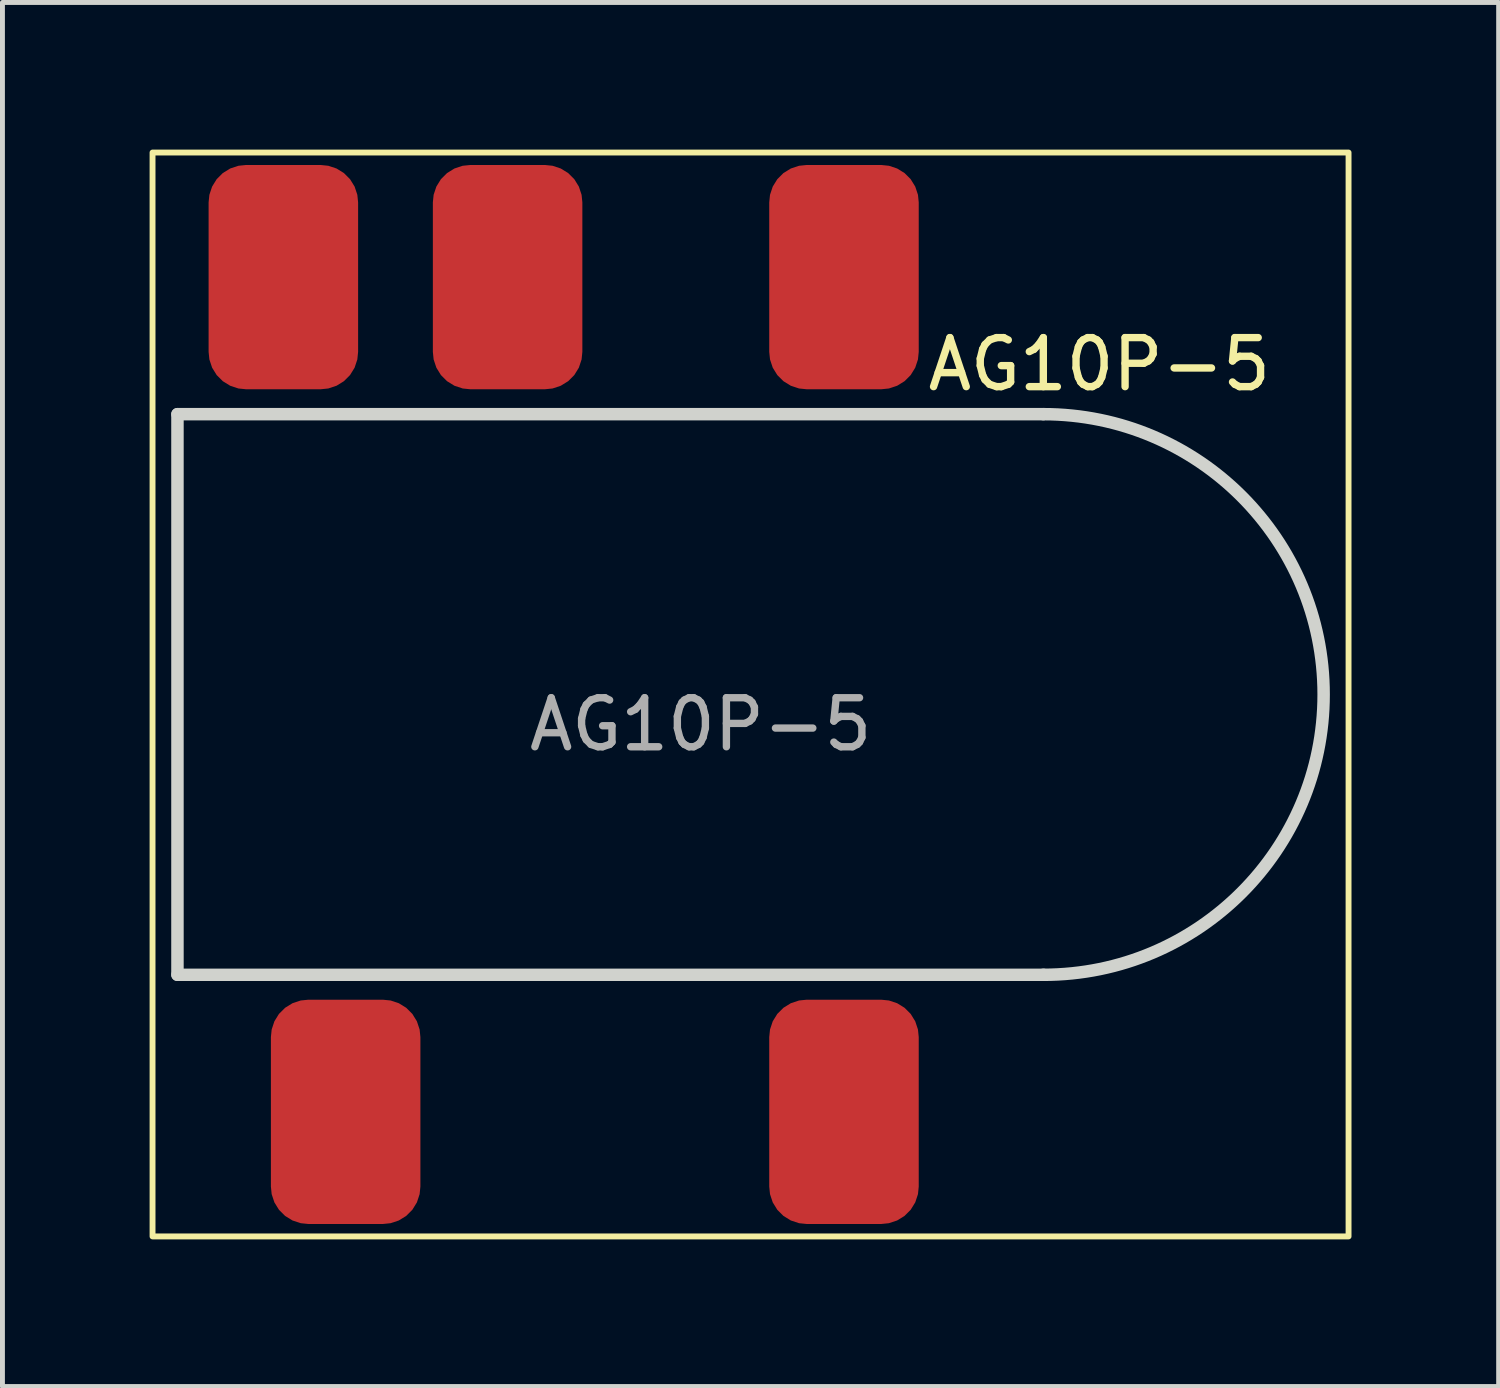
<source format=kicad_pcb>
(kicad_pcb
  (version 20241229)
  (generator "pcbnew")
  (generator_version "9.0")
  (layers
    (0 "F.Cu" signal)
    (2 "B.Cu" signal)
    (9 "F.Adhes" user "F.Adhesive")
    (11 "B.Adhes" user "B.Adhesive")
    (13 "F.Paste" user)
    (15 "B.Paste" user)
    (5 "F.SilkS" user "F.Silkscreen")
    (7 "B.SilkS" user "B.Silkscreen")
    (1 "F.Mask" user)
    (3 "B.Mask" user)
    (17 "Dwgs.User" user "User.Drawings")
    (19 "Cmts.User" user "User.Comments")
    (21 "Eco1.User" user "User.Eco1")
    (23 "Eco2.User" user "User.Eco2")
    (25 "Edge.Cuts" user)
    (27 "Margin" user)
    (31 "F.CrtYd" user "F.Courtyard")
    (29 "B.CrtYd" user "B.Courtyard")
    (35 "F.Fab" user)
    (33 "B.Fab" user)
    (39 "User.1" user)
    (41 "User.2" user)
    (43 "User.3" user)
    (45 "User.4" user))
  (footprint "AG10P-5"
    (layer "F.Cu")
    (at 0.568 5.394)
    (property "Reference" "AG10P-5" (at 18.796 -1.016 0) (unlocked yes) (layer "F.SilkS") (effects (font (size 1 1) (thickness 0.15))))
    (attr smd)
    (fp_rect (start -0.508 -5.334) (end 23.876 16.764) (stroke (width 0.12) (type solid)) (fill no) (layer "F.SilkS"))
    (fp_line (start 0 0) (end 0 11.43) (stroke (width 0.254) (type solid)) (layer "Edge.Cuts"))
    (fp_line (start 0 11.43) (end 17.653 11.43) (stroke (width 0.254) (type solid)) (layer "Edge.Cuts"))
    (fp_line (start 17.653 0) (end 0 0) (stroke (width 0.254) (type solid)) (layer "Edge.Cuts"))
    (fp_arc (start 17.653 0) (mid 23.368 5.715) (end 17.653 11.43) (stroke (width 0.254) (type solid)) (layer "Edge.Cuts"))
    (fp_line (start 0.254 10.16) (end 0.254 14.478) (stroke (width 0.12) (type solid)) (layer "User.6"))
    (fp_line (start 1.524 -3.048) (end 1.524 1.27) (stroke (width 0.12) (type solid)) (layer "User.6"))
    (fp_line (start 4.064 10.16) (end 4.064 14.478) (stroke (width 0.12) (type solid)) (layer "User.6"))
    (fp_line (start 4.826 10.16) (end 4.826 14.478) (stroke (width 0.12) (type solid)) (layer "User.6"))
    (fp_line (start 5.334 -3.048) (end 5.334 1.016) (stroke (width 0.12) (type solid)) (layer "User.6"))
    (fp_line (start 8.636 10.16) (end 8.636 14.478) (stroke (width 0.12) (type solid)) (layer "User.6"))
    (fp_line (start 11.684 -3.048) (end 11.684 1.524) (stroke (width 0.12) (type solid)) (layer "User.6"))
    (fp_line (start 11.684 10.16) (end 11.684 14.478) (stroke (width 0.12) (type solid)) (layer "User.6"))
    (fp_line (start 15.494 -3.048) (end 15.494 1.524) (stroke (width 0.12) (type solid)) (layer "User.6"))
    (fp_line (start 15.494 10.16) (end 15.494 14.478) (stroke (width 0.12) (type solid)) (layer "User.6"))
    (fp_rect (start 0 0) (end 23.368 11.43) (stroke (width 0.12) (type solid)) (fill no) (layer "User.9"))
    (fp_text user "${REFERENCE}" (at 10.668 6.326 0) (unlocked yes) (layer "F.Fab") (effects (font (size 1 1) (thickness 0.15))))
    (pad "1" smd roundrect (at 2.159 -2.794) (size 3.048 4.572) (layers "F.Cu" "F.Mask" "F.Paste") (roundrect_rratio 0.25))
    (pad "2" smd roundrect (at 6.731 -2.794) (size 3.048 4.572) (layers "F.Cu" "F.Mask" "F.Paste") (roundrect_rratio 0.25))
    (pad "3" smd roundrect (at 3.429 14.224) (size 3.048 4.572) (layers "F.Cu" "F.Mask" "F.Paste") (roundrect_rratio 0.25))
    (pad "4" smd roundrect (at 13.589 14.224) (size 3.048 4.572) (layers "F.Cu" "F.Mask" "F.Paste") (roundrect_rratio 0.25))
    (pad "5" smd roundrect (at 13.589 -2.794) (size 3.048 4.572) (layers "F.Cu" "F.Mask" "F.Paste") (roundrect_rratio 0.25)))
  (gr_rect
    (start -3 -3)
    (end 27.504 25.218)
    (stroke (width 0.1) (type default))
    (fill no)
    (layer "Edge.Cuts")))
</source>
